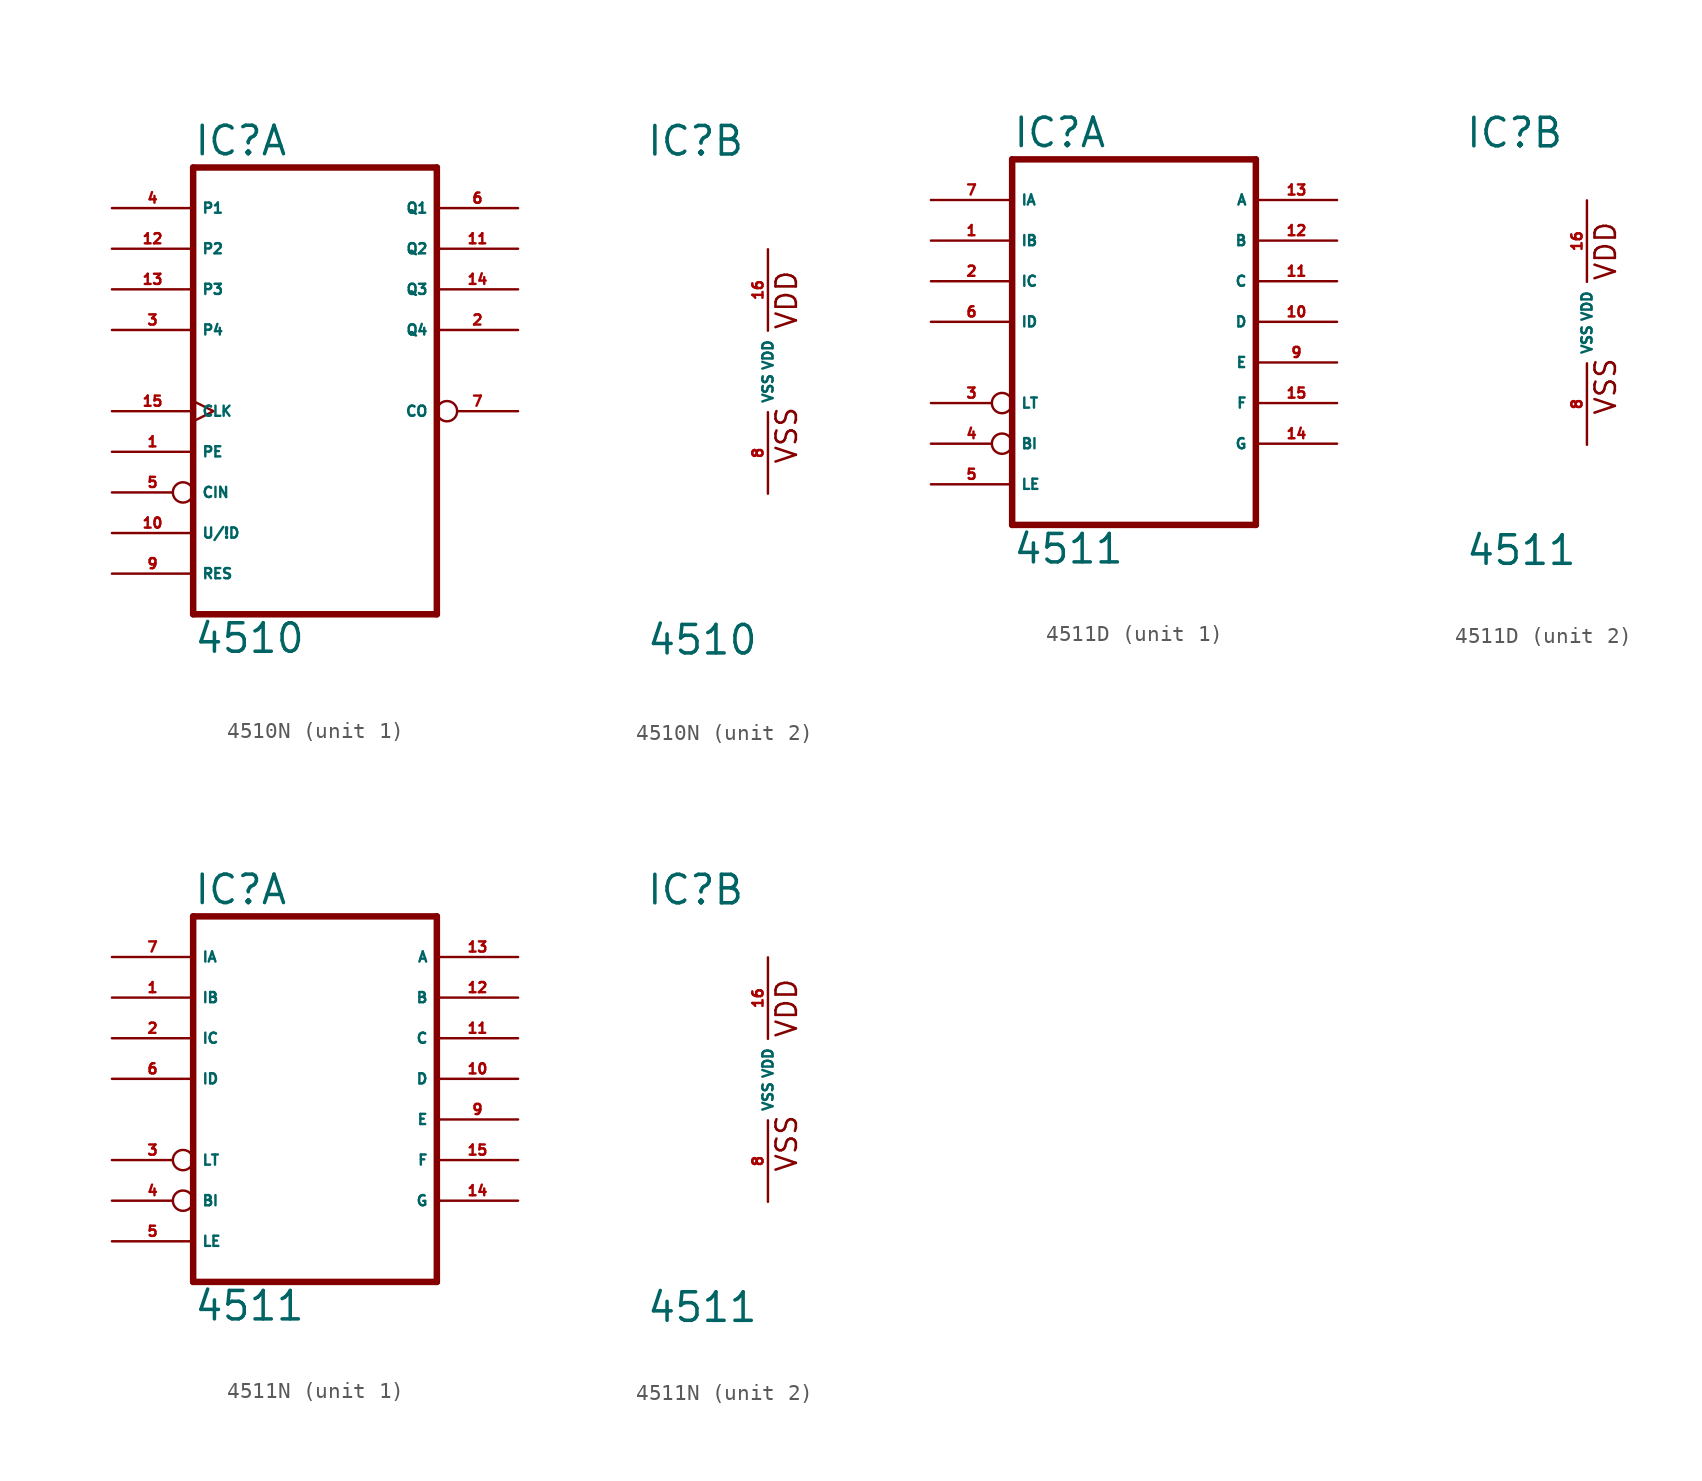
<source format=kicad_sym>
(kicad_symbol_lib
  (version 20220914)
  (generator Eagle2Kicad)
  (symbol "4510N"
    (property "Reference" "IC"
      (at -7.62 13.335 0)
      (effects (font (size 1.778 1.778) (thickness 0.22)) (justify left bottom)))
    (property "Value" "4510"
      (at -7.62 -17.78 0)
      (effects (font (size 1.778 1.778) (thickness 0.22)) (justify left bottom)))
    (symbol "4510N_1_0"
      (polyline (pts (xy -7.62 -15.24) (xy 7.62 -15.24)) (stroke (width 0.406) (type default)) (fill (type none)))
      (polyline (pts (xy 7.62 -15.24) (xy 7.62 12.7)) (stroke (width 0.406) (type default)) (fill (type none)))
      (polyline (pts (xy 7.62 12.7) (xy -7.62 12.7)) (stroke (width 0.406) (type default)) (fill (type none)))
      (polyline (pts (xy -7.62 12.7) (xy -7.62 -15.24)) (stroke (width 0.406) (type default)) (fill (type none)))
      (pin input line (at -12.7 -5.08 0) (length 5.08) (name "PE" (effects (font (size 0.635 0.635) (thickness 0.08)) (justify left bottom))) (number "1" (effects (font (size 0.635 0.635) (thickness 0.08)) (justify left bottom))))
      (pin output line (at 12.7 2.54 180) (length 5.08) (name "Q4" (effects (font (size 0.635 0.635) (thickness 0.08)) (justify left bottom))) (number "2" (effects (font (size 0.635 0.635) (thickness 0.08)) (justify left bottom))))
      (pin input line (at -12.7 2.54 0) (length 5.08) (name "P4" (effects (font (size 0.635 0.635) (thickness 0.08)) (justify left bottom))) (number "3" (effects (font (size 0.635 0.635) (thickness 0.08)) (justify left bottom))))
      (pin input line (at -12.7 10.16 0) (length 5.08) (name "P1" (effects (font (size 0.635 0.635) (thickness 0.08)) (justify left bottom))) (number "4" (effects (font (size 0.635 0.635) (thickness 0.08)) (justify left bottom))))
      (pin input inverted (at -12.7 -7.62 0) (length 5.08) (name "CIN" (effects (font (size 0.635 0.635) (thickness 0.08)) (justify left bottom))) (number "5" (effects (font (size 0.635 0.635) (thickness 0.08)) (justify left bottom))))
      (pin output line (at 12.7 10.16 180) (length 5.08) (name "Q1" (effects (font (size 0.635 0.635) (thickness 0.08)) (justify left bottom))) (number "6" (effects (font (size 0.635 0.635) (thickness 0.08)) (justify left bottom))))
      (pin output inverted (at 12.7 -2.54 180) (length 5.08) (name "CO" (effects (font (size 0.635 0.635) (thickness 0.08)) (justify left bottom))) (number "7" (effects (font (size 0.635 0.635) (thickness 0.08)) (justify left bottom))))
      (pin input line (at -12.7 -12.7 0) (length 5.08) (name "RES" (effects (font (size 0.635 0.635) (thickness 0.08)) (justify left bottom))) (number "9" (effects (font (size 0.635 0.635) (thickness 0.08)) (justify left bottom))))
      (pin input line (at -12.7 -10.16 0) (length 5.08) (name "U/!D" (effects (font (size 0.635 0.635) (thickness 0.08)) (justify left bottom))) (number "10" (effects (font (size 0.635 0.635) (thickness 0.08)) (justify left bottom))))
      (pin output line (at 12.7 7.62 180) (length 5.08) (name "Q2" (effects (font (size 0.635 0.635) (thickness 0.08)) (justify left bottom))) (number "11" (effects (font (size 0.635 0.635) (thickness 0.08)) (justify left bottom))))
      (pin input line (at -12.7 7.62 0) (length 5.08) (name "P2" (effects (font (size 0.635 0.635) (thickness 0.08)) (justify left bottom))) (number "12" (effects (font (size 0.635 0.635) (thickness 0.08)) (justify left bottom))))
      (pin input line (at -12.7 5.08 0) (length 5.08) (name "P3" (effects (font (size 0.635 0.635) (thickness 0.08)) (justify left bottom))) (number "13" (effects (font (size 0.635 0.635) (thickness 0.08)) (justify left bottom))))
      (pin output line (at 12.7 5.08 180) (length 5.08) (name "Q3" (effects (font (size 0.635 0.635) (thickness 0.08)) (justify left bottom))) (number "14" (effects (font (size 0.635 0.635) (thickness 0.08)) (justify left bottom))))
      (pin input clock (at -12.7 -2.54 0) (length 5.08) (name "CLK" (effects (font (size 0.635 0.635) (thickness 0.08)) (justify left bottom))) (number "15" (effects (font (size 0.635 0.635) (thickness 0.08)) (justify left bottom)))))
    (symbol "4510N_2_0"
      (text "VDD" (at 1.905 2.54 900) (effects (font (size 1.27 1.27) (thickness 0.16)) (justify left bottom)))
      (text "VSS" (at 1.905 -5.842 900) (effects (font (size 1.27 1.27) (thickness 0.16)) (justify left bottom)))
      (pin unspecified line (at 0 -7.62 90) (length 5.08) (name "VSS" (effects (font (size 0.635 0.635) (thickness 0.08)) (justify left bottom))) (number "8" (effects (font (size 0.635 0.635) (thickness 0.08)) (justify left bottom))))
      (pin unspecified line (at 0 7.62 270) (length 5.08) (name "VDD" (effects (font (size 0.635 0.635) (thickness 0.08)) (justify left bottom))) (number "16" (effects (font (size 0.635 0.635) (thickness 0.08)) (justify left bottom))))))
  (symbol "4511D"
    (property "Reference" "IC"
      (at -7.62 10.795 0)
      (effects (font (size 1.778 1.778) (thickness 0.22)) (justify left bottom)))
    (property "Value" "4511"
      (at -7.62 -15.24 0)
      (effects (font (size 1.778 1.778) (thickness 0.22)) (justify left bottom)))
    (symbol "4511D_1_0"
      (polyline (pts (xy -7.62 -12.7) (xy 7.62 -12.7)) (stroke (width 0.406) (type default)) (fill (type none)))
      (polyline (pts (xy 7.62 -12.7) (xy 7.62 10.16)) (stroke (width 0.406) (type default)) (fill (type none)))
      (polyline (pts (xy 7.62 10.16) (xy -7.62 10.16)) (stroke (width 0.406) (type default)) (fill (type none)))
      (polyline (pts (xy -7.62 10.16) (xy -7.62 -12.7)) (stroke (width 0.406) (type default)) (fill (type none)))
      (pin input line (at -12.7 5.08 0) (length 5.08) (name "IB" (effects (font (size 0.635 0.635) (thickness 0.08)) (justify left bottom))) (number "1" (effects (font (size 0.635 0.635) (thickness 0.08)) (justify left bottom))))
      (pin input line (at -12.7 2.54 0) (length 5.08) (name "IC" (effects (font (size 0.635 0.635) (thickness 0.08)) (justify left bottom))) (number "2" (effects (font (size 0.635 0.635) (thickness 0.08)) (justify left bottom))))
      (pin input inverted (at -12.7 -5.08 0) (length 5.08) (name "LT" (effects (font (size 0.635 0.635) (thickness 0.08)) (justify left bottom))) (number "3" (effects (font (size 0.635 0.635) (thickness 0.08)) (justify left bottom))))
      (pin input inverted (at -12.7 -7.62 0) (length 5.08) (name "BI" (effects (font (size 0.635 0.635) (thickness 0.08)) (justify left bottom))) (number "4" (effects (font (size 0.635 0.635) (thickness 0.08)) (justify left bottom))))
      (pin input line (at -12.7 -10.16 0) (length 5.08) (name "LE" (effects (font (size 0.635 0.635) (thickness 0.08)) (justify left bottom))) (number "5" (effects (font (size 0.635 0.635) (thickness 0.08)) (justify left bottom))))
      (pin input line (at -12.7 0 0) (length 5.08) (name "ID" (effects (font (size 0.635 0.635) (thickness 0.08)) (justify left bottom))) (number "6" (effects (font (size 0.635 0.635) (thickness 0.08)) (justify left bottom))))
      (pin input line (at -12.7 7.62 0) (length 5.08) (name "IA" (effects (font (size 0.635 0.635) (thickness 0.08)) (justify left bottom))) (number "7" (effects (font (size 0.635 0.635) (thickness 0.08)) (justify left bottom))))
      (pin output line (at 12.7 -2.54 180) (length 5.08) (name "E" (effects (font (size 0.635 0.635) (thickness 0.08)) (justify left bottom))) (number "9" (effects (font (size 0.635 0.635) (thickness 0.08)) (justify left bottom))))
      (pin output line (at 12.7 0 180) (length 5.08) (name "D" (effects (font (size 0.635 0.635) (thickness 0.08)) (justify left bottom))) (number "10" (effects (font (size 0.635 0.635) (thickness 0.08)) (justify left bottom))))
      (pin output line (at 12.7 2.54 180) (length 5.08) (name "C" (effects (font (size 0.635 0.635) (thickness 0.08)) (justify left bottom))) (number "11" (effects (font (size 0.635 0.635) (thickness 0.08)) (justify left bottom))))
      (pin output line (at 12.7 5.08 180) (length 5.08) (name "B" (effects (font (size 0.635 0.635) (thickness 0.08)) (justify left bottom))) (number "12" (effects (font (size 0.635 0.635) (thickness 0.08)) (justify left bottom))))
      (pin output line (at 12.7 7.62 180) (length 5.08) (name "A" (effects (font (size 0.635 0.635) (thickness 0.08)) (justify left bottom))) (number "13" (effects (font (size 0.635 0.635) (thickness 0.08)) (justify left bottom))))
      (pin output line (at 12.7 -7.62 180) (length 5.08) (name "G" (effects (font (size 0.635 0.635) (thickness 0.08)) (justify left bottom))) (number "14" (effects (font (size 0.635 0.635) (thickness 0.08)) (justify left bottom))))
      (pin output line (at 12.7 -5.08 180) (length 5.08) (name "F" (effects (font (size 0.635 0.635) (thickness 0.08)) (justify left bottom))) (number "15" (effects (font (size 0.635 0.635) (thickness 0.08)) (justify left bottom)))))
    (symbol "4511D_2_0"
      (text "VDD" (at 1.905 2.54 900) (effects (font (size 1.27 1.27) (thickness 0.16)) (justify left bottom)))
      (text "VSS" (at 1.905 -5.842 900) (effects (font (size 1.27 1.27) (thickness 0.16)) (justify left bottom)))
      (pin unspecified line (at 0 -7.62 90) (length 5.08) (name "VSS" (effects (font (size 0.635 0.635) (thickness 0.08)) (justify left bottom))) (number "8" (effects (font (size 0.635 0.635) (thickness 0.08)) (justify left bottom))))
      (pin unspecified line (at 0 7.62 270) (length 5.08) (name "VDD" (effects (font (size 0.635 0.635) (thickness 0.08)) (justify left bottom))) (number "16" (effects (font (size 0.635 0.635) (thickness 0.08)) (justify left bottom))))))
  (symbol "4511N"
    (property "Reference" "IC"
      (at -7.62 10.795 0)
      (effects (font (size 1.778 1.778) (thickness 0.22)) (justify left bottom)))
    (property "Value" "4511"
      (at -7.62 -15.24 0)
      (effects (font (size 1.778 1.778) (thickness 0.22)) (justify left bottom)))
    (symbol "4511N_1_0"
      (polyline (pts (xy -7.62 -12.7) (xy 7.62 -12.7)) (stroke (width 0.406) (type default)) (fill (type none)))
      (polyline (pts (xy 7.62 -12.7) (xy 7.62 10.16)) (stroke (width 0.406) (type default)) (fill (type none)))
      (polyline (pts (xy 7.62 10.16) (xy -7.62 10.16)) (stroke (width 0.406) (type default)) (fill (type none)))
      (polyline (pts (xy -7.62 10.16) (xy -7.62 -12.7)) (stroke (width 0.406) (type default)) (fill (type none)))
      (pin input line (at -12.7 5.08 0) (length 5.08) (name "IB" (effects (font (size 0.635 0.635) (thickness 0.08)) (justify left bottom))) (number "1" (effects (font (size 0.635 0.635) (thickness 0.08)) (justify left bottom))))
      (pin input line (at -12.7 2.54 0) (length 5.08) (name "IC" (effects (font (size 0.635 0.635) (thickness 0.08)) (justify left bottom))) (number "2" (effects (font (size 0.635 0.635) (thickness 0.08)) (justify left bottom))))
      (pin input inverted (at -12.7 -5.08 0) (length 5.08) (name "LT" (effects (font (size 0.635 0.635) (thickness 0.08)) (justify left bottom))) (number "3" (effects (font (size 0.635 0.635) (thickness 0.08)) (justify left bottom))))
      (pin input inverted (at -12.7 -7.62 0) (length 5.08) (name "BI" (effects (font (size 0.635 0.635) (thickness 0.08)) (justify left bottom))) (number "4" (effects (font (size 0.635 0.635) (thickness 0.08)) (justify left bottom))))
      (pin input line (at -12.7 -10.16 0) (length 5.08) (name "LE" (effects (font (size 0.635 0.635) (thickness 0.08)) (justify left bottom))) (number "5" (effects (font (size 0.635 0.635) (thickness 0.08)) (justify left bottom))))
      (pin input line (at -12.7 0 0) (length 5.08) (name "ID" (effects (font (size 0.635 0.635) (thickness 0.08)) (justify left bottom))) (number "6" (effects (font (size 0.635 0.635) (thickness 0.08)) (justify left bottom))))
      (pin input line (at -12.7 7.62 0) (length 5.08) (name "IA" (effects (font (size 0.635 0.635) (thickness 0.08)) (justify left bottom))) (number "7" (effects (font (size 0.635 0.635) (thickness 0.08)) (justify left bottom))))
      (pin output line (at 12.7 -2.54 180) (length 5.08) (name "E" (effects (font (size 0.635 0.635) (thickness 0.08)) (justify left bottom))) (number "9" (effects (font (size 0.635 0.635) (thickness 0.08)) (justify left bottom))))
      (pin output line (at 12.7 0 180) (length 5.08) (name "D" (effects (font (size 0.635 0.635) (thickness 0.08)) (justify left bottom))) (number "10" (effects (font (size 0.635 0.635) (thickness 0.08)) (justify left bottom))))
      (pin output line (at 12.7 2.54 180) (length 5.08) (name "C" (effects (font (size 0.635 0.635) (thickness 0.08)) (justify left bottom))) (number "11" (effects (font (size 0.635 0.635) (thickness 0.08)) (justify left bottom))))
      (pin output line (at 12.7 5.08 180) (length 5.08) (name "B" (effects (font (size 0.635 0.635) (thickness 0.08)) (justify left bottom))) (number "12" (effects (font (size 0.635 0.635) (thickness 0.08)) (justify left bottom))))
      (pin output line (at 12.7 7.62 180) (length 5.08) (name "A" (effects (font (size 0.635 0.635) (thickness 0.08)) (justify left bottom))) (number "13" (effects (font (size 0.635 0.635) (thickness 0.08)) (justify left bottom))))
      (pin output line (at 12.7 -7.62 180) (length 5.08) (name "G" (effects (font (size 0.635 0.635) (thickness 0.08)) (justify left bottom))) (number "14" (effects (font (size 0.635 0.635) (thickness 0.08)) (justify left bottom))))
      (pin output line (at 12.7 -5.08 180) (length 5.08) (name "F" (effects (font (size 0.635 0.635) (thickness 0.08)) (justify left bottom))) (number "15" (effects (font (size 0.635 0.635) (thickness 0.08)) (justify left bottom)))))
    (symbol "4511N_2_0"
      (text "VDD" (at 1.905 2.54 900) (effects (font (size 1.27 1.27) (thickness 0.16)) (justify left bottom)))
      (text "VSS" (at 1.905 -5.842 900) (effects (font (size 1.27 1.27) (thickness 0.16)) (justify left bottom)))
      (pin unspecified line (at 0 -7.62 90) (length 5.08) (name "VSS" (effects (font (size 0.635 0.635) (thickness 0.08)) (justify left bottom))) (number "8" (effects (font (size 0.635 0.635) (thickness 0.08)) (justify left bottom))))
      (pin unspecified line (at 0 7.62 270) (length 5.08) (name "VDD" (effects (font (size 0.635 0.635) (thickness 0.08)) (justify left bottom))) (number "16" (effects (font (size 0.635 0.635) (thickness 0.08)) (justify left bottom)))))))
</source>
